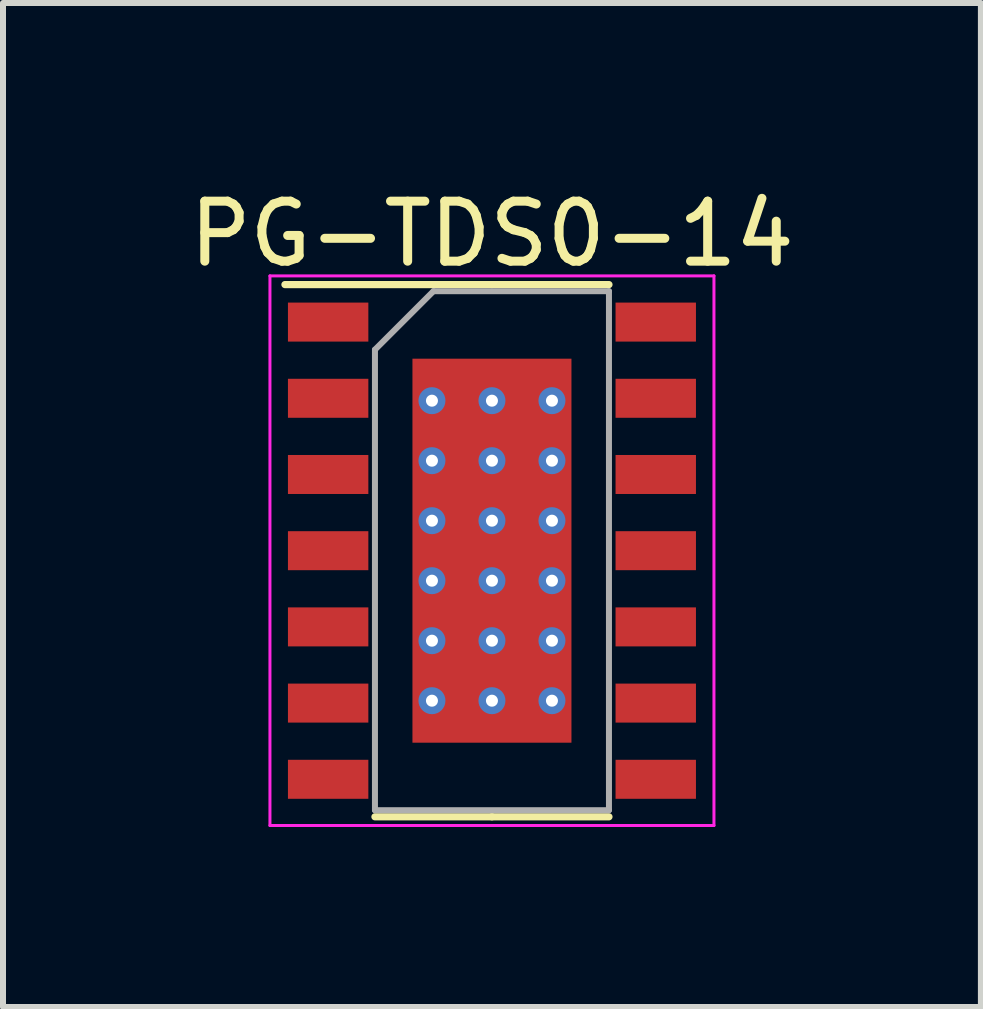
<source format=kicad_pcb>
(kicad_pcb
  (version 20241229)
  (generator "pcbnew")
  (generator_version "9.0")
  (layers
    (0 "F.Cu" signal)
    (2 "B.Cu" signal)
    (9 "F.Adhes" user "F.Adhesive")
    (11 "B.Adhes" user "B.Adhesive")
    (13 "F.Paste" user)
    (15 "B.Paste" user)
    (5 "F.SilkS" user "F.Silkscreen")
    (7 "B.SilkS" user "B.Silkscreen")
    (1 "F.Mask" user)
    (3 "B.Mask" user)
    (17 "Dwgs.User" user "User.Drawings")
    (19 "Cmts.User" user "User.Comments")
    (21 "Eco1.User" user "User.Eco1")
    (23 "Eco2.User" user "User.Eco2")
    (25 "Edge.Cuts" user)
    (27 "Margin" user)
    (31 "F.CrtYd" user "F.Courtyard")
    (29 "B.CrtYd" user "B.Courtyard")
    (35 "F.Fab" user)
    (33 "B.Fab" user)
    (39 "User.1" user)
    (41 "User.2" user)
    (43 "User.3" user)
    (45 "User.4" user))
  (footprint "PG-TDS0-14"
    (layer "F.Cu")
    (at 5.149 6.128)
    (property "Reference" "PG-TDS0-14" (at 0 -5.28 0) (layer "F.SilkS") (effects (font (size 1 1) (thickness 0.15))))
    (attr smd)
    (fp_line (start 0 -4.435) (end -3.45 -4.435) (stroke (width 0.12) (type solid)) (layer "F.SilkS"))
    (fp_line (start 0 -4.435) (end 1.95 -4.435) (stroke (width 0.12) (type solid)) (layer "F.SilkS"))
    (fp_line (start 0 4.435) (end -1.95 4.435) (stroke (width 0.12) (type solid)) (layer "F.SilkS"))
    (fp_line (start 0 4.435) (end 1.95 4.435) (stroke (width 0.12) (type solid)) (layer "F.SilkS"))
    (fp_line (start -3.7 -4.58) (end -3.7 4.58) (stroke (width 0.05) (type solid)) (layer "F.CrtYd"))
    (fp_line (start -3.7 4.58) (end 3.7 4.58) (stroke (width 0.05) (type solid)) (layer "F.CrtYd"))
    (fp_line (start 3.7 -4.58) (end -3.7 -4.58) (stroke (width 0.05) (type solid)) (layer "F.CrtYd"))
    (fp_line (start 3.7 4.58) (end 3.7 -4.58) (stroke (width 0.05) (type solid)) (layer "F.CrtYd"))
    (fp_line (start -1.95 -3.35) (end -0.975 -4.325) (stroke (width 0.1) (type solid)) (layer "F.Fab"))
    (fp_line (start -1.95 4.325) (end -1.95 -3.35) (stroke (width 0.1) (type solid)) (layer "F.Fab"))
    (fp_line (start -0.975 -4.325) (end 1.95 -4.325) (stroke (width 0.1) (type solid)) (layer "F.Fab"))
    (fp_line (start 1.95 -4.325) (end 1.95 4.325) (stroke (width 0.1) (type solid)) (layer "F.Fab"))
    (fp_line (start 1.95 4.325) (end -1.95 4.325) (stroke (width 0.1) (type solid)) (layer "F.Fab"))
    (pad "" smd roundrect (at -1.2 -2.875) (size 0.2 0.575) (layers "F.Paste") (roundrect_rratio 0.3))
    (pad "" smd roundrect (at -1.2 -2) (size 0.2 0.8) (layers "F.Paste") (roundrect_rratio 0.3))
    (pad "" smd roundrect (at -1.2 -1) (size 0.2 0.8) (layers "F.Paste") (roundrect_rratio 0.3))
    (pad "" smd roundrect (at -1.2 0) (size 0.2 0.8) (layers "F.Paste") (roundrect_rratio 0.3))
    (pad "" smd roundrect (at -1.2 1) (size 0.2 0.8) (layers "F.Paste") (roundrect_rratio 0.3))
    (pad "" smd roundrect (at -1.2 2) (size 0.2 0.8) (layers "F.Paste") (roundrect_rratio 0.3))
    (pad "" smd roundrect (at -1.2 2.875) (size 0.2 0.575) (layers "F.Paste") (roundrect_rratio 0.3))
    (pad "" smd roundrect (at -0.5 -2.875) (size 0.8 0.575) (layers "F.Paste") (roundrect_rratio 0.2))
    (pad "" smd roundrect (at -0.5 -2) (size 0.8 0.8) (layers "F.Paste") (roundrect_rratio 0.2))
    (pad "" smd roundrect (at -0.5 -1) (size 0.8 0.8) (layers "F.Paste") (roundrect_rratio 0.2))
    (pad "" smd roundrect (at -0.5 0) (size 0.8 0.8) (layers "F.Paste") (roundrect_rratio 0.2))
    (pad "" smd roundrect (at -0.5 1) (size 0.8 0.8) (layers "F.Paste") (roundrect_rratio 0.2))
    (pad "" smd roundrect (at -0.5 2) (size 0.8 0.8) (layers "F.Paste") (roundrect_rratio 0.2))
    (pad "" smd roundrect (at -0.5 2.875) (size 0.8 0.575) (layers "F.Paste") (roundrect_rratio 0.2))
    (pad "" smd roundrect (at 0.5 -2.875) (size 0.8 0.575) (layers "F.Paste") (roundrect_rratio 0.2))
    (pad "" smd roundrect (at 0.5 -2) (size 0.8 0.8) (layers "F.Paste") (roundrect_rratio 0.2))
    (pad "" smd roundrect (at 0.5 -1) (size 0.8 0.8) (layers "F.Paste") (roundrect_rratio 0.2))
    (pad "" smd roundrect (at 0.5 0) (size 0.8 0.8) (layers "F.Paste") (roundrect_rratio 0.2))
    (pad "" smd roundrect (at 0.5 1) (size 0.8 0.8) (layers "F.Paste") (roundrect_rratio 0.2))
    (pad "" smd roundrect (at 0.5 2) (size 0.8 0.8) (layers "F.Paste") (roundrect_rratio 0.2))
    (pad "" smd roundrect (at 0.5 2.875) (size 0.8 0.575) (layers "F.Paste") (roundrect_rratio 0.2))
    (pad "" smd roundrect (at 1.2 -2.865) (size 0.2 0.575) (layers "F.Paste") (roundrect_rratio 0.3))
    (pad "" smd roundrect (at 1.2 -1.99) (size 0.2 0.8) (layers "F.Paste") (roundrect_rratio 0.3))
    (pad "" smd roundrect (at 1.2 -0.99) (size 0.2 0.8) (layers "F.Paste") (roundrect_rratio 0.3))
    (pad "" smd roundrect (at 1.2 0.01) (size 0.2 0.8) (layers "F.Paste") (roundrect_rratio 0.3))
    (pad "" smd roundrect (at 1.2 1.01) (size 0.2 0.8) (layers "F.Paste") (roundrect_rratio 0.3))
    (pad "" smd roundrect (at 1.2 2.01) (size 0.2 0.8) (layers "F.Paste") (roundrect_rratio 0.3))
    (pad "" smd roundrect (at 1.2 2.885) (size 0.2 0.575) (layers "F.Paste") (roundrect_rratio 0.3))
    (pad "1" smd rect (at -2.73 -3.81) (size 1.34 0.65) (layers "F.Cu" "F.Mask" "F.Paste"))
    (pad "2" smd rect (at -2.73 -2.54) (size 1.34 0.65) (layers "F.Cu" "F.Mask" "F.Paste"))
    (pad "3" smd rect (at -2.73 -1.27) (size 1.34 0.65) (layers "F.Cu" "F.Mask" "F.Paste"))
    (pad "4" smd rect (at -2.73 0) (size 1.34 0.65) (layers "F.Cu" "F.Mask" "F.Paste"))
    (pad "5" smd rect (at -2.73 1.27) (size 1.34 0.65) (layers "F.Cu" "F.Mask" "F.Paste"))
    (pad "6" smd rect (at -2.73 2.54) (size 1.34 0.65) (layers "F.Cu" "F.Mask" "F.Paste"))
    (pad "7" smd rect (at -2.73 3.81) (size 1.34 0.65) (layers "F.Cu" "F.Mask" "F.Paste"))
    (pad "8" smd rect (at 2.73 3.81) (size 1.34 0.65) (layers "F.Cu" "F.Mask" "F.Paste"))
    (pad "9" smd rect (at 2.73 2.54) (size 1.34 0.65) (layers "F.Cu" "F.Mask" "F.Paste"))
    (pad "10" smd rect (at 2.73 1.27) (size 1.34 0.65) (layers "F.Cu" "F.Mask" "F.Paste"))
    (pad "11" smd rect (at 2.73 0) (size 1.34 0.65) (layers "F.Cu" "F.Mask" "F.Paste"))
    (pad "12" smd rect (at 2.73 -1.27) (size 1.34 0.65) (layers "F.Cu" "F.Mask" "F.Paste"))
    (pad "13" smd rect (at 2.73 -2.54) (size 1.34 0.65) (layers "F.Cu" "F.Mask" "F.Paste"))
    (pad "14" smd rect (at 2.73 -3.81) (size 1.34 0.65) (layers "F.Cu" "F.Mask" "F.Paste"))
    (pad "15" thru_hole circle (at -1 -2.5) (size 0.45 0.45) (drill 0.2) (property pad_prop_heatsink) (layers "*.Cu") (remove_unused_layers yes) (keep_end_layers yes) (zone_layer_connections))
    (pad "15" thru_hole circle (at -1 -1.5) (size 0.45 0.45) (drill 0.2) (property pad_prop_heatsink) (layers "*.Cu") (remove_unused_layers yes) (keep_end_layers yes) (zone_layer_connections))
    (pad "15" thru_hole circle (at -1 -0.5) (size 0.45 0.45) (drill 0.2) (property pad_prop_heatsink) (layers "*.Cu") (remove_unused_layers yes) (keep_end_layers yes) (zone_layer_connections))
    (pad "15" thru_hole circle (at -1 0.5) (size 0.45 0.45) (drill 0.2) (property pad_prop_heatsink) (layers "*.Cu") (remove_unused_layers yes) (keep_end_layers yes) (zone_layer_connections))
    (pad "15" thru_hole circle (at -1 1.5) (size 0.45 0.45) (drill 0.2) (property pad_prop_heatsink) (layers "*.Cu") (remove_unused_layers yes) (keep_end_layers yes) (zone_layer_connections))
    (pad "15" thru_hole circle (at -1 2.5) (size 0.45 0.45) (drill 0.2) (property pad_prop_heatsink) (layers "*.Cu") (remove_unused_layers yes) (keep_end_layers yes) (zone_layer_connections))
    (pad "15" thru_hole circle (at 0 -2.5) (size 0.45 0.45) (drill 0.2) (property pad_prop_heatsink) (layers "*.Cu") (remove_unused_layers yes) (keep_end_layers yes) (zone_layer_connections))
    (pad "15" thru_hole circle (at 0 -1.5) (size 0.45 0.45) (drill 0.2) (property pad_prop_heatsink) (layers "*.Cu") (remove_unused_layers yes) (keep_end_layers yes) (zone_layer_connections))
    (pad "15" thru_hole circle (at 0 -0.5) (size 0.45 0.45) (drill 0.2) (property pad_prop_heatsink) (layers "*.Cu") (remove_unused_layers yes) (keep_end_layers yes) (zone_layer_connections))
    (pad "15" smd custom (at 0 0) (size 2.65 6.4) (layers "F.Cu" "F.Mask") (options (anchor rect)) (primitives (gr_bbox (start -0.75 -0.75) (end 0.75 0.75) (fill no))))
    (pad "15" thru_hole circle (at 0 0.5) (size 0.45 0.45) (drill 0.2) (property pad_prop_heatsink) (layers "*.Cu") (remove_unused_layers yes) (keep_end_layers yes) (zone_layer_connections))
    (pad "15" thru_hole circle (at 0 1.5) (size 0.45 0.45) (drill 0.2) (property pad_prop_heatsink) (layers "*.Cu") (remove_unused_layers yes) (keep_end_layers yes) (zone_layer_connections))
    (pad "15" thru_hole circle (at 0 2.5) (size 0.45 0.45) (drill 0.2) (property pad_prop_heatsink) (layers "*.Cu") (remove_unused_layers yes) (keep_end_layers yes) (zone_layer_connections))
    (pad "15" thru_hole circle (at 1 -2.5) (size 0.45 0.45) (drill 0.2) (property pad_prop_heatsink) (layers "*.Cu") (remove_unused_layers yes) (keep_end_layers yes) (zone_layer_connections))
    (pad "15" thru_hole circle (at 1 -1.5) (size 0.45 0.45) (drill 0.2) (property pad_prop_heatsink) (layers "*.Cu") (remove_unused_layers yes) (keep_end_layers yes) (zone_layer_connections))
    (pad "15" thru_hole circle (at 1 -0.5) (size 0.45 0.45) (drill 0.2) (property pad_prop_heatsink) (layers "*.Cu") (remove_unused_layers yes) (keep_end_layers yes) (zone_layer_connections))
    (pad "15" thru_hole circle (at 1 0.5) (size 0.45 0.45) (drill 0.2) (property pad_prop_heatsink) (layers "*.Cu") (remove_unused_layers yes) (keep_end_layers yes) (zone_layer_connections))
    (pad "15" thru_hole circle (at 1 1.5) (size 0.45 0.45) (drill 0.2) (property pad_prop_heatsink) (layers "*.Cu") (remove_unused_layers yes) (keep_end_layers yes) (zone_layer_connections))
    (pad "15" thru_hole circle (at 1 2.5) (size 0.45 0.45) (drill 0.2) (property pad_prop_heatsink) (layers "*.Cu") (remove_unused_layers yes) (keep_end_layers yes) (zone_layer_connections)))
  (gr_rect
    (start -3 -3)
    (end 13.298 13.733)
    (stroke (width 0.1) (type default))
    (fill no)
    (layer "Edge.Cuts")))
</source>
